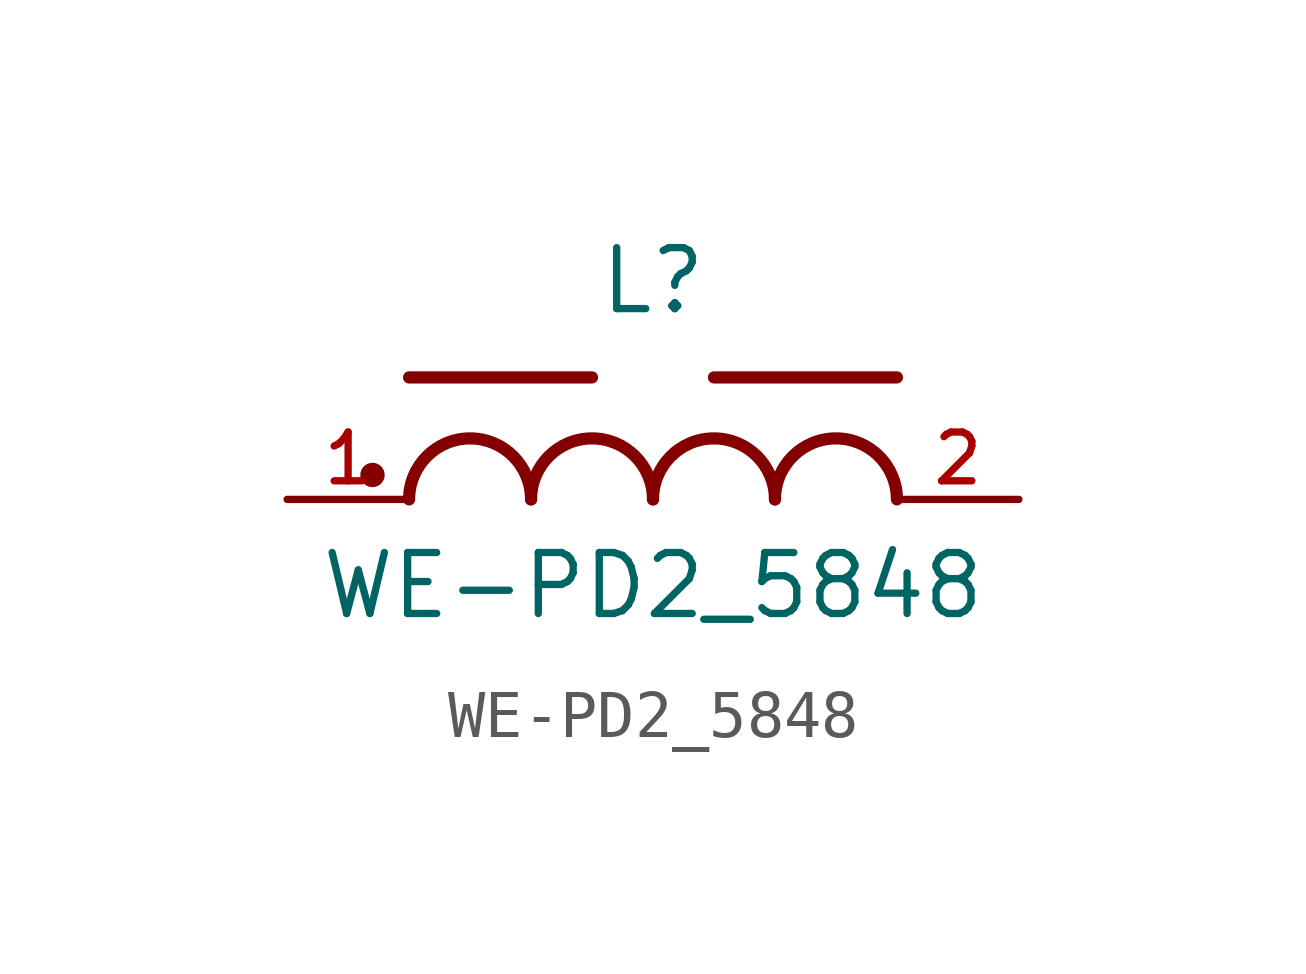
<source format=kicad_sym>
(kicad_symbol_lib
  (version 20211014)
  (generator kicad_symbol_editor)
  (symbol "WE-PD2_5848"
    (pin_names
      (offset 1.016))
    (property "Reference" "L"
      (at 0.0 3.81 0)
      (effects (font (size 1.27 1.27)) (justify bottom)))
    (property "Value" "WE-PD2_5848"
      (at 0.0 -2.54 0)
      (effects (font (size 1.27 1.27)) (justify bottom)))
    (symbol "WE-PD2_5848_0_0"
      (arc (start -2.54 0.0) (mid -3.81 1.27) (end -5.08 0.0) (stroke (width 0.254) (type default) (color 0 0 0 0)) (fill (type none)))
      (arc (start 0.0 0.0) (mid -1.27 1.27) (end -2.54 0.0) (stroke (width 0.254) (type default) (color 0 0 0 0)) (fill (type none)))
      (arc (start 2.54 0.0) (mid 1.27 1.27) (end 0.0 0.0) (stroke (width 0.254) (type default) (color 0 0 0 0)) (fill (type none)))
      (arc (start 5.08 0.0) (mid 3.81 1.27) (end 2.54 0.0) (stroke (width 0.254) (type default) (color 0 0 0 0)) (fill (type none)))
      (polyline (pts (xy -1.27 2.54) (xy -5.08 2.54)) (stroke (width 0.254)))
      (polyline (pts (xy 5.08 2.54) (xy 1.27 2.54)) (stroke (width 0.254)))
      (circle (center -5.842 0.508) (radius 0.127) (stroke (width 0.254)) (fill (type none)))
      (pin passive line (at -7.62 0.0 0) (length 2.54) (name "~" (effects (font (size 1.016 1.016)))) (number "1" (effects (font (size 1.016 1.016)))))
      (pin passive line (at 7.62 0.0 180.0) (length 2.54) (name "~" (effects (font (size 1.016 1.016)))) (number "2" (effects (font (size 1.016 1.016))))))))
</source>
